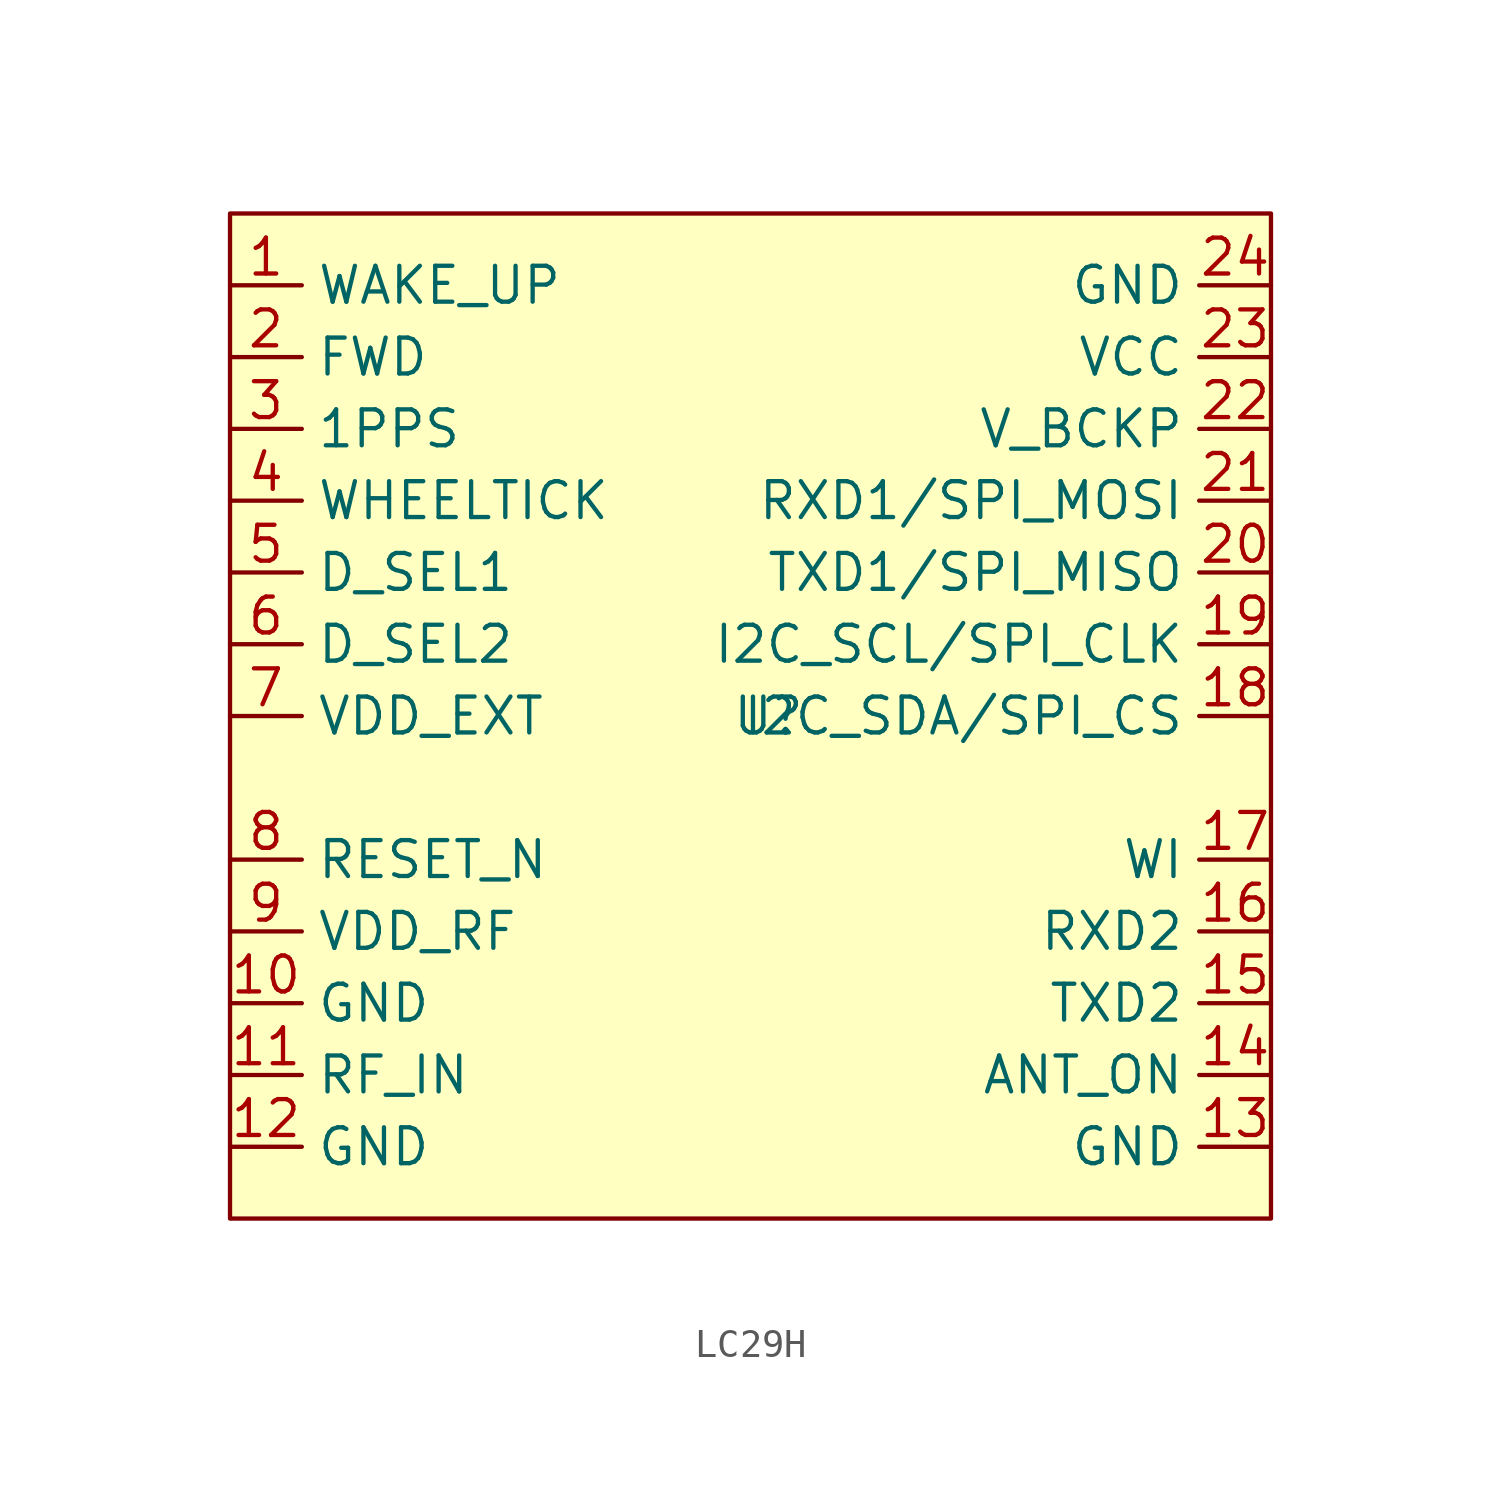
<source format=kicad_sym>
(kicad_symbol_lib
  (version 20231120)
  (generator "kicad_symbol_editor")
  (generator_version "8.0")
  (symbol "LC29H"
    (property "Reference" "U"
      (at 0 0 0)
      (effects (font (size 1.27 1.27))))
    (property "Value" ""
      (at 0 0 0)
      (effects (font (size 1.27 1.27))))
    (symbol "LC29H_1_1"
      (rectangle (start -19.05 17.78) (end 17.78 -17.78) (stroke (width 0) (type default)) (fill (type background)))
      (pin bidirectional line (at -19.05 15.24 0) (length 2.54) (name "WAKE_UP" (effects (font (size 1.27 1.27)))) (number "1" (effects (font (size 1.27 1.27)))))
      (pin bidirectional line (at -19.05 -10.16 0) (length 2.54) (name "GND" (effects (font (size 1.27 1.27)))) (number "10" (effects (font (size 1.27 1.27)))))
      (pin bidirectional line (at -19.05 -12.7 0) (length 2.54) (name "RF_IN" (effects (font (size 1.27 1.27)))) (number "11" (effects (font (size 1.27 1.27)))))
      (pin bidirectional line (at -19.05 -15.24 0) (length 2.54) (name "GND" (effects (font (size 1.27 1.27)))) (number "12" (effects (font (size 1.27 1.27)))))
      (pin bidirectional line (at 17.78 -15.24 180) (length 2.54) (name "GND" (effects (font (size 1.27 1.27)))) (number "13" (effects (font (size 1.27 1.27)))))
      (pin bidirectional line (at 17.78 -12.7 180) (length 2.54) (name "ANT_ON" (effects (font (size 1.27 1.27)))) (number "14" (effects (font (size 1.27 1.27)))))
      (pin bidirectional line (at 17.78 -10.16 180) (length 2.54) (name "TXD2" (effects (font (size 1.27 1.27)))) (number "15" (effects (font (size 1.27 1.27)))))
      (pin bidirectional line (at 17.78 -7.62 180) (length 2.54) (name "RXD2" (effects (font (size 1.27 1.27)))) (number "16" (effects (font (size 1.27 1.27)))))
      (pin bidirectional line (at 17.78 -5.08 180) (length 2.54) (name "WI" (effects (font (size 1.27 1.27)))) (number "17" (effects (font (size 1.27 1.27)))))
      (pin bidirectional line (at 17.78 0 180) (length 2.54) (name "I2C_SDA/SPI_CS" (effects (font (size 1.27 1.27)))) (number "18" (effects (font (size 1.27 1.27)))))
      (pin bidirectional line (at 17.78 2.54 180) (length 2.54) (name "I2C_SCL/SPI_CLK" (effects (font (size 1.27 1.27)))) (number "19" (effects (font (size 1.27 1.27)))))
      (pin bidirectional line (at -19.05 12.7 0) (length 2.54) (name "FWD" (effects (font (size 1.27 1.27)))) (number "2" (effects (font (size 1.27 1.27)))))
      (pin bidirectional line (at 17.78 5.08 180) (length 2.54) (name "TXD1/SPI_MISO" (effects (font (size 1.27 1.27)))) (number "20" (effects (font (size 1.27 1.27)))))
      (pin bidirectional line (at 17.78 7.62 180) (length 2.54) (name "RXD1/SPI_MOSI" (effects (font (size 1.27 1.27)))) (number "21" (effects (font (size 1.27 1.27)))))
      (pin bidirectional line (at 17.78 10.16 180) (length 2.54) (name "V_BCKP" (effects (font (size 1.27 1.27)))) (number "22" (effects (font (size 1.27 1.27)))))
      (pin bidirectional line (at 17.78 12.7 180) (length 2.54) (name "VCC" (effects (font (size 1.27 1.27)))) (number "23" (effects (font (size 1.27 1.27)))))
      (pin bidirectional line (at 17.78 15.24 180) (length 2.54) (name "GND" (effects (font (size 1.27 1.27)))) (number "24" (effects (font (size 1.27 1.27)))))
      (pin bidirectional line (at -19.05 10.16 0) (length 2.54) (name "1PPS" (effects (font (size 1.27 1.27)))) (number "3" (effects (font (size 1.27 1.27)))))
      (pin bidirectional line (at -19.05 7.62 0) (length 2.54) (name "WHEELTICK" (effects (font (size 1.27 1.27)))) (number "4" (effects (font (size 1.27 1.27)))))
      (pin bidirectional line (at -19.05 5.08 0) (length 2.54) (name "D_SEL1" (effects (font (size 1.27 1.27)))) (number "5" (effects (font (size 1.27 1.27)))))
      (pin bidirectional line (at -19.05 2.54 0) (length 2.54) (name "D_SEL2" (effects (font (size 1.27 1.27)))) (number "6" (effects (font (size 1.27 1.27)))))
      (pin bidirectional line (at -19.05 0 0) (length 2.54) (name "VDD_EXT" (effects (font (size 1.27 1.27)))) (number "7" (effects (font (size 1.27 1.27)))))
      (pin bidirectional line (at -19.05 -5.08 0) (length 2.54) (name "RESET_N" (effects (font (size 1.27 1.27)))) (number "8" (effects (font (size 1.27 1.27)))))
      (pin bidirectional line (at -19.05 -7.62 0) (length 2.54) (name "VDD_RF" (effects (font (size 1.27 1.27)))) (number "9" (effects (font (size 1.27 1.27))))))))
</source>
